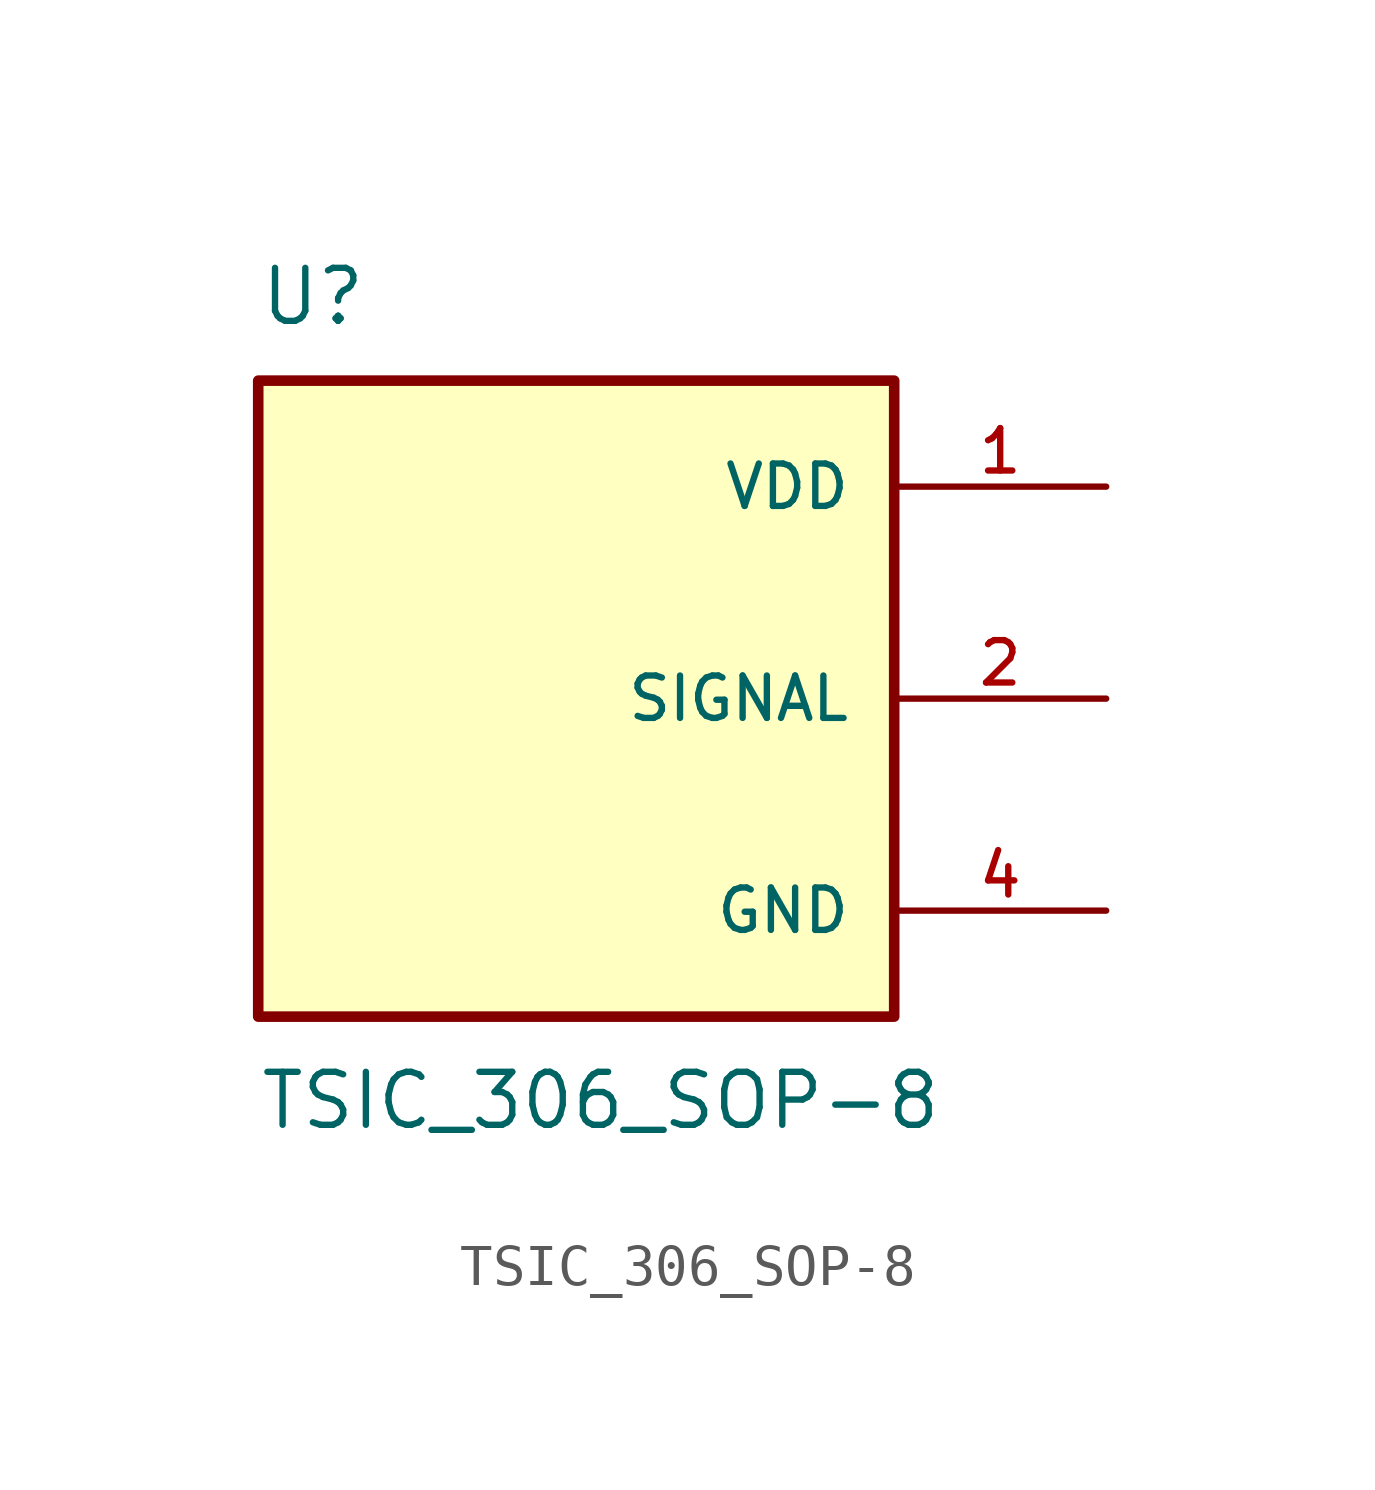
<source format=kicad_sym>
(kicad_symbol_lib
  (version 20211014)
  (generator kicad_symbol_editor)
  (symbol "TSIC_306_SOP-8"
    (pin_names
      (offset 1.016))
    (property "Reference" "U"
      (at -7.62 8.89 0)
      (effects (font (size 1.27 1.27)) (justify bottom left)))
    (property "Value" "TSIC_306_SOP-8"
      (at -7.62 -8.89 0)
      (effects (font (size 1.27 1.27)) (justify top left)))
    (symbol "TSIC_306_SOP-8_0_0"
      (rectangle (start -7.62 -7.62) (end 7.62 7.62) (stroke (width 0.254)) (fill (type background)))
      (pin power_in line (at 12.7 5.08 180.0) (length 5.08) (name "VDD" (effects (font (size 1.016 1.016)))) (number "1" (effects (font (size 1.016 1.016)))))
      (pin power_in line (at 12.7 -5.08 180.0) (length 5.08) (name "GND" (effects (font (size 1.016 1.016)))) (number "4" (effects (font (size 1.016 1.016)))))
      (pin bidirectional line (at 12.7 0.0 180.0) (length 5.08) (name "SIGNAL" (effects (font (size 1.016 1.016)))) (number "2" (effects (font (size 1.016 1.016))))))))
</source>
